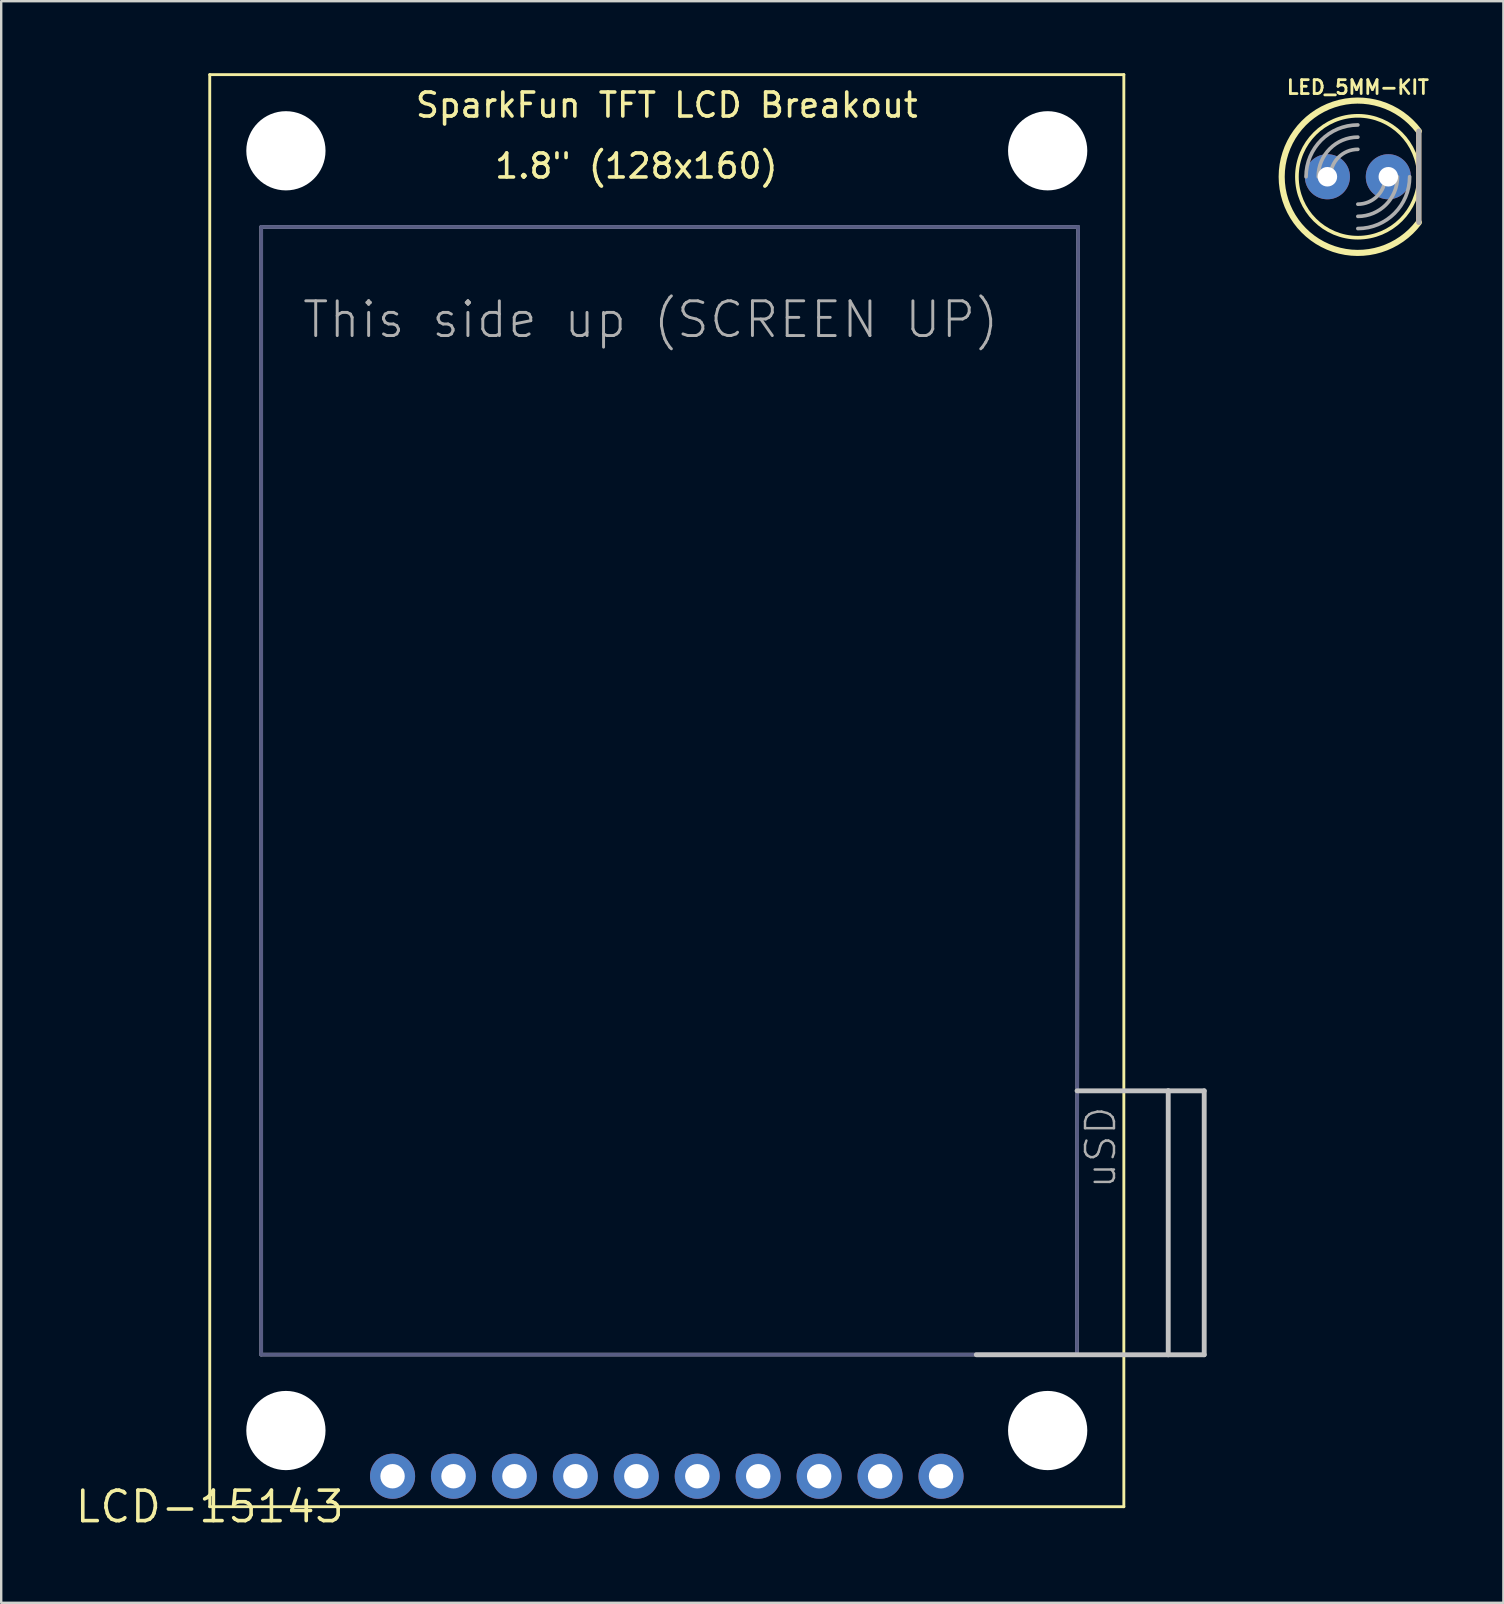
<source format=kicad_pcb>
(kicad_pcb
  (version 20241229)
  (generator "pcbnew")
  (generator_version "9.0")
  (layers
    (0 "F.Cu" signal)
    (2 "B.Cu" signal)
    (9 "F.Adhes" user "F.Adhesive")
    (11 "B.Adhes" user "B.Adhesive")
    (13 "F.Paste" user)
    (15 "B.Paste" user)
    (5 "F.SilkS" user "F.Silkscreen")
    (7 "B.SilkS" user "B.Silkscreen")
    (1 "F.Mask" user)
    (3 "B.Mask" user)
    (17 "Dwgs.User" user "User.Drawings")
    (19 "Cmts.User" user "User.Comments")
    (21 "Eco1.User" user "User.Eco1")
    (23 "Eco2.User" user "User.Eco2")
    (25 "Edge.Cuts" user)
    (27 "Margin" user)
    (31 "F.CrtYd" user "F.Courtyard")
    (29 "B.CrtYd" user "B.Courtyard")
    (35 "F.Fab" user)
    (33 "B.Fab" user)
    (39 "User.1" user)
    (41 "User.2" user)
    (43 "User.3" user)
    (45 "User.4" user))
  (footprint "LED_5MM-KIT"
    (layer "F.Cu")
    (at 53.546 4.317)
    (property "Reference" "LED_5MM-KIT" (at 0 -3.391 0) (layer "F.SilkS") (effects (font (size 0.579 0.579) (thickness 0.116)) (justify bottom)))
    (attr through_hole)
    (fp_poly (pts (xy -1.27 0.445) (xy -1.27 0.445) (xy -1.437 0.415) (xy -1.58 0.324) (xy -1.678 0.186) (xy -1.714 0.02) (xy -1.684 -0.155) (xy -1.589 -0.305) (xy -1.27 -0.447) (xy -1.099 -0.41) (xy -0.954 -0.31) (xy -0.828 0.01) (xy -0.863 0.177) (xy -0.959 0.319)) (stroke (width 0) (type solid)) (fill yes) (layer "F.Mask"))
    (fp_poly (pts (xy 1.27 0.445) (xy 1.27 0.445) (xy 1.103 0.415) (xy 0.96 0.324) (xy 0.862 0.186) (xy 0.826 0.02) (xy 0.856 -0.155) (xy 0.951 -0.305) (xy 1.27 -0.447) (xy 1.441 -0.41) (xy 1.586 -0.31) (xy 1.712 0.01) (xy 1.712 0.01) (xy 1.677 0.177) (xy 1.581 0.319)) (stroke (width 0) (type solid)) (fill yes) (layer "F.Mask"))
    (fp_poly (pts (xy 1.272 0.953) (xy 1.273 0.953) (xy 1.063 0.932) (xy 0.862 0.865) (xy 0.682 0.755) (xy 0.531 0.608) (xy 0.416 0.43) (xy 0.318 0.023) (xy 0.339 -0.192) (xy 0.408 -0.397) (xy 0.521 -0.581) (xy 0.672 -0.735) (xy 0.853 -0.852) (xy 1.056 -0.926) (xy 1.27 -0.953) (xy 1.484 -0.925) (xy 1.687 -0.851) (xy 1.868 -0.734) (xy 2.018 -0.579) (xy 2.131 -0.394) (xy 2.199 -0.189) (xy 2.22 0.025) (xy 2.22 0.025) (xy 2.194 0.234) (xy 2.123 0.431) (xy 2.009 0.608) (xy 1.859 0.754) (xy 1.68 0.864)) (stroke (width 0) (type solid)) (fill yes) (layer "B.Mask"))
    (fp_poly (pts (xy -1.268 0.953) (xy -1.267 0.953) (xy -1.477 0.932) (xy -1.678 0.865) (xy -1.858 0.755) (xy -2.009 0.608) (xy -2.124 0.43) (xy -2.222 0.023) (xy -2.222 0.023) (xy -2.201 -0.192) (xy -2.132 -0.397) (xy -2.019 -0.581) (xy -1.869 -0.735) (xy -1.687 -0.852) (xy -1.484 -0.926) (xy -1.27 -0.953) (xy -1.056 -0.925) (xy -0.853 -0.851) (xy -0.672 -0.734) (xy -0.522 -0.579) (xy -0.409 -0.394) (xy -0.341 -0.189) (xy -0.32 0.025) (xy -0.32 0.025) (xy -0.346 0.234) (xy -0.417 0.431) (xy -0.531 0.608) (xy -0.681 0.754) (xy -0.86 0.864)) (stroke (width 0) (type solid)) (fill yes) (layer "B.Mask"))
    (fp_line (start 2.54 1.905) (end 2.54 -1.905) (stroke (width 0.203) (type solid)) (layer "F.SilkS"))
    (fp_arc (start 2.54 1.905) (mid -3.175 0) (end 2.54 -1.905) (stroke (width 0.254) (type solid)) (layer "F.SilkS"))
    (fp_circle (center 0 0) (end 2.54 0) (stroke (width 0.152) (type solid)) (fill no) (layer "F.SilkS"))
    (fp_line (start 2.54 1.905) (end 2.54 -1.905) (stroke (width 0.203) (type solid)) (layer "B.SilkS"))
    (fp_line (start 2.54 1.905) (end 2.54 -1.905) (stroke (width 0.203) (type solid)) (layer "F.Fab"))
    (fp_arc (start -2.159 0) (mid -1.526644 -1.526644) (end 0 -2.159) (stroke (width 0.1524) (type solid)) (layer "F.Fab"))
    (fp_arc (start -1.651 0) (mid -1.167433 -1.167433) (end 0 -1.651) (stroke (width 0.1524) (type solid)) (layer "F.Fab"))
    (fp_arc (start -1.143 0) (mid -0.808223 -0.808223) (end 0 -1.143) (stroke (width 0.1524) (type solid)) (layer "F.Fab"))
    (fp_arc (start 1.143 0) (mid 0.808223 0.808223) (end 0 1.143) (stroke (width 0.1524) (type solid)) (layer "F.Fab"))
    (fp_arc (start 1.651 0) (mid 1.167433 1.167433) (end 0 1.651) (stroke (width 0.1524) (type solid)) (layer "F.Fab"))
    (fp_arc (start 2.159 0) (mid 1.526644 1.526644) (end 0 2.159) (stroke (width 0.1524) (type solid)) (layer "F.Fab"))
    (pad "A" thru_hole circle (at -1.27 0) (size 1.88 1.88) (drill 0.813) (layers "*.Cu" "*.Mask"))
    (pad "K" thru_hole circle (at 1.27 0) (size 1.88 1.88) (drill 0.813) (layers "*.Cu" "*.Mask")))
  (footprint "LCD-15143"
    (layer "F.Cu")
    (at 5.692 59.75)
    (property "Reference" "LCD-15143" (at 0 0 0) (layer "F.SilkS") (effects (font (size 1.27 1.27) (thickness 0.15))))
    (attr through_hole)
    (fp_line (start 0 -59.69) (end 38.1 -59.69) (stroke (width 0.12) (type solid)) (layer "F.SilkS"))
    (fp_line (start 0 0) (end 0 -59.69) (stroke (width 0.12) (type solid)) (layer "F.SilkS"))
    (fp_line (start 38.1 -59.69) (end 38.1 0) (stroke (width 0.12) (type solid)) (layer "F.SilkS"))
    (fp_line (start 38.1 0) (end 0 0) (stroke (width 0.12) (type solid)) (layer "F.SilkS"))
    (fp_line (start 36.15 -17.334) (end 39.95 -17.334) (stroke (width 0.203) (type solid)) (layer "Dwgs.User"))
    (fp_line (start 39.95 -17.334) (end 39.95 -6.334) (stroke (width 0.203) (type solid)) (layer "Dwgs.User"))
    (fp_line (start 39.95 -17.334) (end 41.45 -17.334) (stroke (width 0.203) (type solid)) (layer "Dwgs.User"))
    (fp_line (start 39.95 -6.334) (end 31.95 -6.334) (stroke (width 0.203) (type solid)) (layer "Dwgs.User"))
    (fp_line (start 41.45 -17.334) (end 41.45 -6.334) (stroke (width 0.203) (type solid)) (layer "Dwgs.User"))
    (fp_line (start 41.45 -6.334) (end 39.95 -6.334) (stroke (width 0.203) (type solid)) (layer "Dwgs.User"))
    (fp_line (start 2.145 -53.34) (end 2.145 -6.34) (stroke (width 0.152) (type solid)) (layer "B.Fab"))
    (fp_line (start 2.145 -6.34) (end 36.145 -6.34) (stroke (width 0.152) (type solid)) (layer "B.Fab"))
    (fp_line (start 36.145 -6.34) (end 36.195 -53.34) (stroke (width 0.152) (type solid)) (layer "B.Fab"))
    (fp_line (start 36.195 -53.34) (end 2.145 -53.34) (stroke (width 0.152) (type solid)) (layer "B.Fab"))
    (fp_poly (pts (xy 7.366 -1.016) (xy 7.874 -1.016) (xy 7.874 -1.524) (xy 7.366 -1.524)) (stroke (width 0.1) (type solid)) (fill no) (layer "B.Fab"))
    (fp_poly (pts (xy 9.906 -1.016) (xy 10.414 -1.016) (xy 10.414 -1.524) (xy 9.906 -1.524)) (stroke (width 0.1) (type solid)) (fill no) (layer "B.Fab"))
    (fp_poly (pts (xy 12.446 -1.016) (xy 12.954 -1.016) (xy 12.954 -1.524) (xy 12.446 -1.524)) (stroke (width 0.1) (type solid)) (fill no) (layer "B.Fab"))
    (fp_poly (pts (xy 14.986 -1.016) (xy 15.494 -1.016) (xy 15.494 -1.524) (xy 14.986 -1.524)) (stroke (width 0.1) (type solid)) (fill no) (layer "B.Fab"))
    (fp_poly (pts (xy 17.526 -1.016) (xy 18.034 -1.016) (xy 18.034 -1.524) (xy 17.526 -1.524)) (stroke (width 0.1) (type solid)) (fill no) (layer "B.Fab"))
    (fp_poly (pts (xy 20.066 -1.016) (xy 20.574 -1.016) (xy 20.574 -1.524) (xy 20.066 -1.524)) (stroke (width 0.1) (type solid)) (fill no) (layer "B.Fab"))
    (fp_poly (pts (xy 22.606 -1.016) (xy 23.114 -1.016) (xy 23.114 -1.524) (xy 22.606 -1.524)) (stroke (width 0.1) (type solid)) (fill no) (layer "B.Fab"))
    (fp_poly (pts (xy 25.146 -1.016) (xy 25.654 -1.016) (xy 25.654 -1.524) (xy 25.146 -1.524)) (stroke (width 0.1) (type solid)) (fill no) (layer "B.Fab"))
    (fp_poly (pts (xy 27.686 -1.016) (xy 28.194 -1.016) (xy 28.194 -1.524) (xy 27.686 -1.524)) (stroke (width 0.1) (type solid)) (fill no) (layer "B.Fab"))
    (fp_poly (pts (xy 30.226 -1.016) (xy 30.734 -1.016) (xy 30.734 -1.524) (xy 30.226 -1.524)) (stroke (width 0.1) (type solid)) (fill no) (layer "B.Fab"))
    (fp_line (start 2.145 -53.34) (end 2.145 -6.34) (stroke (width 0.152) (type solid)) (layer "F.Fab"))
    (fp_line (start 2.145 -6.34) (end 36.145 -6.34) (stroke (width 0.152) (type solid)) (layer "F.Fab"))
    (fp_line (start 36.145 -6.34) (end 36.195 -53.34) (stroke (width 0.152) (type solid)) (layer "F.Fab"))
    (fp_line (start 36.195 -53.34) (end 2.145 -53.34) (stroke (width 0.152) (type solid)) (layer "F.Fab"))
    (fp_text user "SparkFun TFT LCD Breakout" (at 19.05 -58.42 0) (layer "F.SilkS") (effects (font (size 1 1) (thickness 0.15))))
    (fp_text user "1.8\" (128x160)" (at 17.78 -55.88 0) (layer "F.SilkS") (effects (font (size 1 1) (thickness 0.15))))
    (fp_text user "uSD" (at 36.43 -13.184 270) (layer "F.Fab") (effects (font (size 1.206 1.206) (thickness 0.102)) (justify left top)))
    (fp_text user "This side up (SCREEN UP)" (at 3.785 -48.63 0) (layer "F.Fab") (effects (font (size 1.448 1.448) (thickness 0.122)) (justify left bottom)))
    (pad "" np_thru_hole circle (at 3.175 -56.515) (size 3.302 3.302) (drill 3.302) (layers "*.Cu" "*.Mask"))
    (pad "" np_thru_hole circle (at 3.175 -3.175) (size 3.302 3.302) (drill 3.302) (layers "*.Cu" "*.Mask"))
    (pad "" np_thru_hole circle (at 34.925 -56.515) (size 3.302 3.302) (drill 3.302) (layers "*.Cu" "*.Mask"))
    (pad "" np_thru_hole circle (at 34.925 -3.175) (size 3.302 3.302) (drill 3.302) (layers "*.Cu" "*.Mask"))
    (pad "1@J2" thru_hole circle (at 7.62 -1.27 90) (size 1.88 1.88) (drill 1.016) (layers "*.Cu" "*.Mask"))
    (pad "2@J2" thru_hole circle (at 10.16 -1.27 90) (size 1.88 1.88) (drill 1.016) (layers "*.Cu" "*.Mask"))
    (pad "3@J2" thru_hole circle (at 12.7 -1.27 90) (size 1.88 1.88) (drill 1.016) (layers "*.Cu" "*.Mask"))
    (pad "4@J2" thru_hole circle (at 15.24 -1.27 90) (size 1.88 1.88) (drill 1.016) (layers "*.Cu" "*.Mask"))
    (pad "5@J2" thru_hole circle (at 17.78 -1.27 90) (size 1.88 1.88) (drill 1.016) (layers "*.Cu" "*.Mask"))
    (pad "6@J2" thru_hole circle (at 20.32 -1.27 90) (size 1.88 1.88) (drill 1.016) (layers "*.Cu" "*.Mask"))
    (pad "7@J2" thru_hole circle (at 22.86 -1.27 90) (size 1.88 1.88) (drill 1.016) (layers "*.Cu" "*.Mask"))
    (pad "8@J2" thru_hole circle (at 25.4 -1.27 90) (size 1.88 1.88) (drill 1.016) (layers "*.Cu" "*.Mask"))
    (pad "9@J2" thru_hole circle (at 27.94 -1.27 90) (size 1.88 1.88) (drill 1.016) (layers "*.Cu" "*.Mask"))
    (pad "10@J2" thru_hole circle (at 30.48 -1.27 90) (size 1.88 1.88) (drill 1.016) (layers "*.Cu" "*.Mask")))
  (gr_rect
    (start -3 -3)
    (end 59.612 63.756)
    (stroke (width 0.1) (type default))
    (fill no)
    (layer "Edge.Cuts")))
</source>
